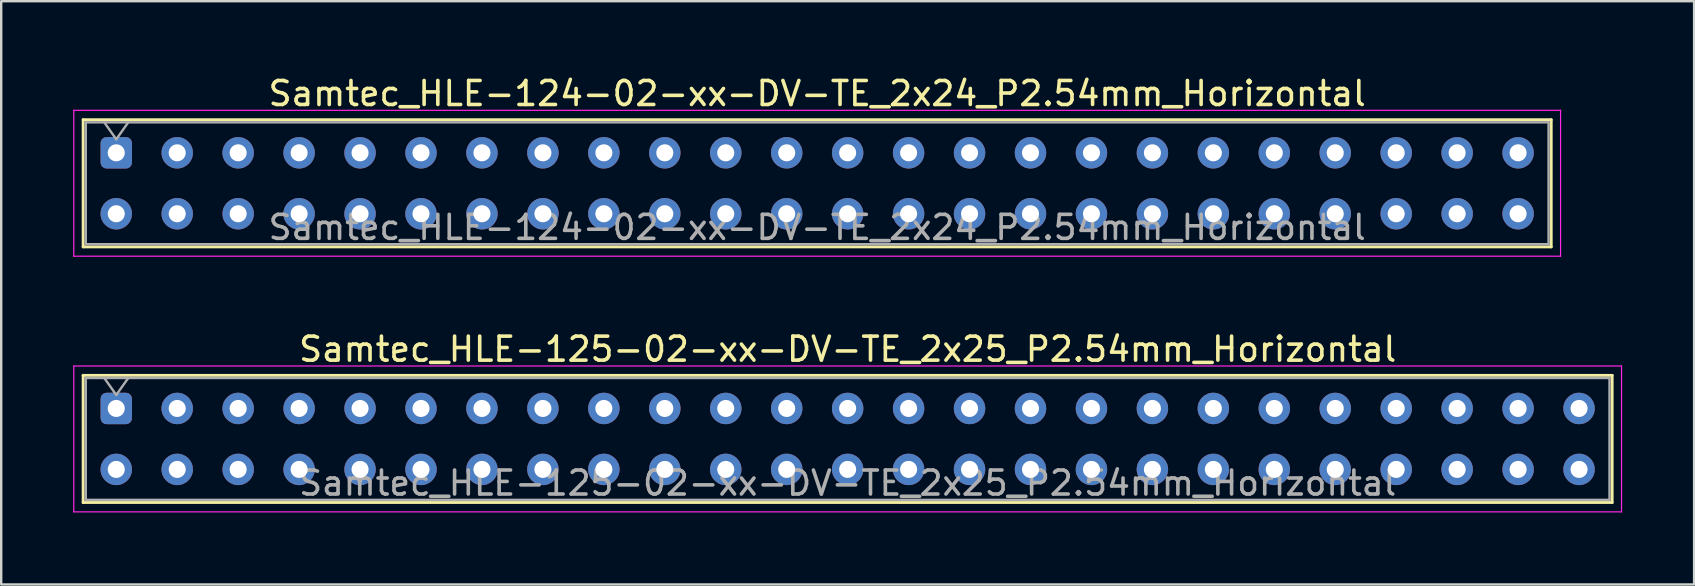
<source format=kicad_pcb>
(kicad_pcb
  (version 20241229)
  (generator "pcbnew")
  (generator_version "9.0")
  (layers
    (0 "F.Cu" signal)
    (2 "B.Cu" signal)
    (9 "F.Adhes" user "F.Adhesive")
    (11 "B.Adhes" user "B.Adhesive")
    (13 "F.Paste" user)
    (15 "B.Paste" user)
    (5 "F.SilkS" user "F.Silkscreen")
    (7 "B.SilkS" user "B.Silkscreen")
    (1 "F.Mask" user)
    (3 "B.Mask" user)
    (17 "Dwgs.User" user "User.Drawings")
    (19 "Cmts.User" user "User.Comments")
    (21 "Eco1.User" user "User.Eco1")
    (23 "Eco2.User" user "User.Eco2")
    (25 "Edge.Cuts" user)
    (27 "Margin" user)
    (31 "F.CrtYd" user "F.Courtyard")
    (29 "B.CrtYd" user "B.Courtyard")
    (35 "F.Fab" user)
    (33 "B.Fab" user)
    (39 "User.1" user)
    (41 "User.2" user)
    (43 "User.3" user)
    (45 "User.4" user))
  (footprint "Samtec_HLE-124-02-xx-DV-TE_2x24_P2.54mm_Horizontal"
    (layer "F.Cu")
    (at 1.795 3.318)
    (property "Reference" "Samtec_HLE-124-02-xx-DV-TE_2x24_P2.54mm_Horizontal" (at 29.21 -2.47 0) (layer "F.SilkS") (effects (font (size 1 1) (thickness 0.15))))
    (attr through_hole)
    (fp_line (start -1.38 -1.38) (end 59.8 -1.38) (stroke (width 0.12) (type solid)) (layer "F.SilkS"))
    (fp_line (start -1.38 3.92) (end -1.38 -1.38) (stroke (width 0.12) (type solid)) (layer "F.SilkS"))
    (fp_line (start 59.8 -1.38) (end 59.8 3.92) (stroke (width 0.12) (type solid)) (layer "F.SilkS"))
    (fp_line (start 59.8 3.92) (end -1.38 3.92) (stroke (width 0.12) (type solid)) (layer "F.SilkS"))
    (fp_line (start -1.77 -1.77) (end 60.19 -1.77) (stroke (width 0.05) (type solid)) (layer "F.CrtYd"))
    (fp_line (start -1.77 4.31) (end -1.77 -1.77) (stroke (width 0.05) (type solid)) (layer "F.CrtYd"))
    (fp_line (start 60.19 -1.77) (end 60.19 4.31) (stroke (width 0.05) (type solid)) (layer "F.CrtYd"))
    (fp_line (start 60.19 4.31) (end -1.77 4.31) (stroke (width 0.05) (type solid)) (layer "F.CrtYd"))
    (fp_line (start -1.27 -1.27) (end 59.69 -1.27) (stroke (width 0.1) (type solid)) (layer "F.Fab"))
    (fp_line (start -1.27 3.81) (end -1.27 -1.27) (stroke (width 0.1) (type solid)) (layer "F.Fab"))
    (fp_line (start -0.5 -1.27) (end 0 -0.563) (stroke (width 0.1) (type solid)) (layer "F.Fab"))
    (fp_line (start 0 -0.563) (end 0.5 -1.27) (stroke (width 0.1) (type solid)) (layer "F.Fab"))
    (fp_line (start 59.69 -1.27) (end 59.69 3.81) (stroke (width 0.1) (type solid)) (layer "F.Fab"))
    (fp_line (start 59.69 3.81) (end -1.27 3.81) (stroke (width 0.1) (type solid)) (layer "F.Fab"))
    (fp_text user "${REFERENCE}" (at 29.21 3.11 0) (layer "F.Fab") (effects (font (size 1 1) (thickness 0.15))))
    (pad "1" thru_hole roundrect (at 0 0) (size 1.31 1.31) (drill 0.71) (layers "*.Cu" "*.Mask") (roundrect_rratio 0.191))
    (pad "2" thru_hole circle (at 0 2.54) (size 1.31 1.31) (drill 0.71) (layers "*.Cu" "*.Mask"))
    (pad "3" thru_hole circle (at 2.54 0) (size 1.31 1.31) (drill 0.71) (layers "*.Cu" "*.Mask"))
    (pad "4" thru_hole circle (at 2.54 2.54) (size 1.31 1.31) (drill 0.71) (layers "*.Cu" "*.Mask"))
    (pad "5" thru_hole circle (at 5.08 0) (size 1.31 1.31) (drill 0.71) (layers "*.Cu" "*.Mask"))
    (pad "6" thru_hole circle (at 5.08 2.54) (size 1.31 1.31) (drill 0.71) (layers "*.Cu" "*.Mask"))
    (pad "7" thru_hole circle (at 7.62 0) (size 1.31 1.31) (drill 0.71) (layers "*.Cu" "*.Mask"))
    (pad "8" thru_hole circle (at 7.62 2.54) (size 1.31 1.31) (drill 0.71) (layers "*.Cu" "*.Mask"))
    (pad "9" thru_hole circle (at 10.16 0) (size 1.31 1.31) (drill 0.71) (layers "*.Cu" "*.Mask"))
    (pad "10" thru_hole circle (at 10.16 2.54) (size 1.31 1.31) (drill 0.71) (layers "*.Cu" "*.Mask"))
    (pad "11" thru_hole circle (at 12.7 0) (size 1.31 1.31) (drill 0.71) (layers "*.Cu" "*.Mask"))
    (pad "12" thru_hole circle (at 12.7 2.54) (size 1.31 1.31) (drill 0.71) (layers "*.Cu" "*.Mask"))
    (pad "13" thru_hole circle (at 15.24 0) (size 1.31 1.31) (drill 0.71) (layers "*.Cu" "*.Mask"))
    (pad "14" thru_hole circle (at 15.24 2.54) (size 1.31 1.31) (drill 0.71) (layers "*.Cu" "*.Mask"))
    (pad "15" thru_hole circle (at 17.78 0) (size 1.31 1.31) (drill 0.71) (layers "*.Cu" "*.Mask"))
    (pad "16" thru_hole circle (at 17.78 2.54) (size 1.31 1.31) (drill 0.71) (layers "*.Cu" "*.Mask"))
    (pad "17" thru_hole circle (at 20.32 0) (size 1.31 1.31) (drill 0.71) (layers "*.Cu" "*.Mask"))
    (pad "18" thru_hole circle (at 20.32 2.54) (size 1.31 1.31) (drill 0.71) (layers "*.Cu" "*.Mask"))
    (pad "19" thru_hole circle (at 22.86 0) (size 1.31 1.31) (drill 0.71) (layers "*.Cu" "*.Mask"))
    (pad "20" thru_hole circle (at 22.86 2.54) (size 1.31 1.31) (drill 0.71) (layers "*.Cu" "*.Mask"))
    (pad "21" thru_hole circle (at 25.4 0) (size 1.31 1.31) (drill 0.71) (layers "*.Cu" "*.Mask"))
    (pad "22" thru_hole circle (at 25.4 2.54) (size 1.31 1.31) (drill 0.71) (layers "*.Cu" "*.Mask"))
    (pad "23" thru_hole circle (at 27.94 0) (size 1.31 1.31) (drill 0.71) (layers "*.Cu" "*.Mask"))
    (pad "24" thru_hole circle (at 27.94 2.54) (size 1.31 1.31) (drill 0.71) (layers "*.Cu" "*.Mask"))
    (pad "25" thru_hole circle (at 30.48 0) (size 1.31 1.31) (drill 0.71) (layers "*.Cu" "*.Mask"))
    (pad "26" thru_hole circle (at 30.48 2.54) (size 1.31 1.31) (drill 0.71) (layers "*.Cu" "*.Mask"))
    (pad "27" thru_hole circle (at 33.02 0) (size 1.31 1.31) (drill 0.71) (layers "*.Cu" "*.Mask"))
    (pad "28" thru_hole circle (at 33.02 2.54) (size 1.31 1.31) (drill 0.71) (layers "*.Cu" "*.Mask"))
    (pad "29" thru_hole circle (at 35.56 0) (size 1.31 1.31) (drill 0.71) (layers "*.Cu" "*.Mask"))
    (pad "30" thru_hole circle (at 35.56 2.54) (size 1.31 1.31) (drill 0.71) (layers "*.Cu" "*.Mask"))
    (pad "31" thru_hole circle (at 38.1 0) (size 1.31 1.31) (drill 0.71) (layers "*.Cu" "*.Mask"))
    (pad "32" thru_hole circle (at 38.1 2.54) (size 1.31 1.31) (drill 0.71) (layers "*.Cu" "*.Mask"))
    (pad "33" thru_hole circle (at 40.64 0) (size 1.31 1.31) (drill 0.71) (layers "*.Cu" "*.Mask"))
    (pad "34" thru_hole circle (at 40.64 2.54) (size 1.31 1.31) (drill 0.71) (layers "*.Cu" "*.Mask"))
    (pad "35" thru_hole circle (at 43.18 0) (size 1.31 1.31) (drill 0.71) (layers "*.Cu" "*.Mask"))
    (pad "36" thru_hole circle (at 43.18 2.54) (size 1.31 1.31) (drill 0.71) (layers "*.Cu" "*.Mask"))
    (pad "37" thru_hole circle (at 45.72 0) (size 1.31 1.31) (drill 0.71) (layers "*.Cu" "*.Mask"))
    (pad "38" thru_hole circle (at 45.72 2.54) (size 1.31 1.31) (drill 0.71) (layers "*.Cu" "*.Mask"))
    (pad "39" thru_hole circle (at 48.26 0) (size 1.31 1.31) (drill 0.71) (layers "*.Cu" "*.Mask"))
    (pad "40" thru_hole circle (at 48.26 2.54) (size 1.31 1.31) (drill 0.71) (layers "*.Cu" "*.Mask"))
    (pad "41" thru_hole circle (at 50.8 0) (size 1.31 1.31) (drill 0.71) (layers "*.Cu" "*.Mask"))
    (pad "42" thru_hole circle (at 50.8 2.54) (size 1.31 1.31) (drill 0.71) (layers "*.Cu" "*.Mask"))
    (pad "43" thru_hole circle (at 53.34 0) (size 1.31 1.31) (drill 0.71) (layers "*.Cu" "*.Mask"))
    (pad "44" thru_hole circle (at 53.34 2.54) (size 1.31 1.31) (drill 0.71) (layers "*.Cu" "*.Mask"))
    (pad "45" thru_hole circle (at 55.88 0) (size 1.31 1.31) (drill 0.71) (layers "*.Cu" "*.Mask"))
    (pad "46" thru_hole circle (at 55.88 2.54) (size 1.31 1.31) (drill 0.71) (layers "*.Cu" "*.Mask"))
    (pad "47" thru_hole circle (at 58.42 0) (size 1.31 1.31) (drill 0.71) (layers "*.Cu" "*.Mask"))
    (pad "48" thru_hole circle (at 58.42 2.54) (size 1.31 1.31) (drill 0.71) (layers "*.Cu" "*.Mask")))
  (footprint "Samtec_HLE-125-02-xx-DV-TE_2x25_P2.54mm_Horizontal"
    (layer "F.Cu")
    (at 1.795 13.972)
    (property "Reference" "Samtec_HLE-125-02-xx-DV-TE_2x25_P2.54mm_Horizontal" (at 30.48 -2.47 0) (layer "F.SilkS") (effects (font (size 1 1) (thickness 0.15))))
    (attr through_hole)
    (fp_line (start -1.38 -1.38) (end 62.34 -1.38) (stroke (width 0.12) (type solid)) (layer "F.SilkS"))
    (fp_line (start -1.38 3.92) (end -1.38 -1.38) (stroke (width 0.12) (type solid)) (layer "F.SilkS"))
    (fp_line (start 62.34 -1.38) (end 62.34 3.92) (stroke (width 0.12) (type solid)) (layer "F.SilkS"))
    (fp_line (start 62.34 3.92) (end -1.38 3.92) (stroke (width 0.12) (type solid)) (layer "F.SilkS"))
    (fp_line (start -1.77 -1.77) (end 62.73 -1.77) (stroke (width 0.05) (type solid)) (layer "F.CrtYd"))
    (fp_line (start -1.77 4.31) (end -1.77 -1.77) (stroke (width 0.05) (type solid)) (layer "F.CrtYd"))
    (fp_line (start 62.73 -1.77) (end 62.73 4.31) (stroke (width 0.05) (type solid)) (layer "F.CrtYd"))
    (fp_line (start 62.73 4.31) (end -1.77 4.31) (stroke (width 0.05) (type solid)) (layer "F.CrtYd"))
    (fp_line (start -1.27 -1.27) (end 62.23 -1.27) (stroke (width 0.1) (type solid)) (layer "F.Fab"))
    (fp_line (start -1.27 3.81) (end -1.27 -1.27) (stroke (width 0.1) (type solid)) (layer "F.Fab"))
    (fp_line (start -0.5 -1.27) (end 0 -0.563) (stroke (width 0.1) (type solid)) (layer "F.Fab"))
    (fp_line (start 0 -0.563) (end 0.5 -1.27) (stroke (width 0.1) (type solid)) (layer "F.Fab"))
    (fp_line (start 62.23 -1.27) (end 62.23 3.81) (stroke (width 0.1) (type solid)) (layer "F.Fab"))
    (fp_line (start 62.23 3.81) (end -1.27 3.81) (stroke (width 0.1) (type solid)) (layer "F.Fab"))
    (fp_text user "${REFERENCE}" (at 30.48 3.11 0) (layer "F.Fab") (effects (font (size 1 1) (thickness 0.15))))
    (pad "1" thru_hole roundrect (at 0 0) (size 1.31 1.31) (drill 0.71) (layers "*.Cu" "*.Mask") (roundrect_rratio 0.191))
    (pad "2" thru_hole circle (at 0 2.54) (size 1.31 1.31) (drill 0.71) (layers "*.Cu" "*.Mask"))
    (pad "3" thru_hole circle (at 2.54 0) (size 1.31 1.31) (drill 0.71) (layers "*.Cu" "*.Mask"))
    (pad "4" thru_hole circle (at 2.54 2.54) (size 1.31 1.31) (drill 0.71) (layers "*.Cu" "*.Mask"))
    (pad "5" thru_hole circle (at 5.08 0) (size 1.31 1.31) (drill 0.71) (layers "*.Cu" "*.Mask"))
    (pad "6" thru_hole circle (at 5.08 2.54) (size 1.31 1.31) (drill 0.71) (layers "*.Cu" "*.Mask"))
    (pad "7" thru_hole circle (at 7.62 0) (size 1.31 1.31) (drill 0.71) (layers "*.Cu" "*.Mask"))
    (pad "8" thru_hole circle (at 7.62 2.54) (size 1.31 1.31) (drill 0.71) (layers "*.Cu" "*.Mask"))
    (pad "9" thru_hole circle (at 10.16 0) (size 1.31 1.31) (drill 0.71) (layers "*.Cu" "*.Mask"))
    (pad "10" thru_hole circle (at 10.16 2.54) (size 1.31 1.31) (drill 0.71) (layers "*.Cu" "*.Mask"))
    (pad "11" thru_hole circle (at 12.7 0) (size 1.31 1.31) (drill 0.71) (layers "*.Cu" "*.Mask"))
    (pad "12" thru_hole circle (at 12.7 2.54) (size 1.31 1.31) (drill 0.71) (layers "*.Cu" "*.Mask"))
    (pad "13" thru_hole circle (at 15.24 0) (size 1.31 1.31) (drill 0.71) (layers "*.Cu" "*.Mask"))
    (pad "14" thru_hole circle (at 15.24 2.54) (size 1.31 1.31) (drill 0.71) (layers "*.Cu" "*.Mask"))
    (pad "15" thru_hole circle (at 17.78 0) (size 1.31 1.31) (drill 0.71) (layers "*.Cu" "*.Mask"))
    (pad "16" thru_hole circle (at 17.78 2.54) (size 1.31 1.31) (drill 0.71) (layers "*.Cu" "*.Mask"))
    (pad "17" thru_hole circle (at 20.32 0) (size 1.31 1.31) (drill 0.71) (layers "*.Cu" "*.Mask"))
    (pad "18" thru_hole circle (at 20.32 2.54) (size 1.31 1.31) (drill 0.71) (layers "*.Cu" "*.Mask"))
    (pad "19" thru_hole circle (at 22.86 0) (size 1.31 1.31) (drill 0.71) (layers "*.Cu" "*.Mask"))
    (pad "20" thru_hole circle (at 22.86 2.54) (size 1.31 1.31) (drill 0.71) (layers "*.Cu" "*.Mask"))
    (pad "21" thru_hole circle (at 25.4 0) (size 1.31 1.31) (drill 0.71) (layers "*.Cu" "*.Mask"))
    (pad "22" thru_hole circle (at 25.4 2.54) (size 1.31 1.31) (drill 0.71) (layers "*.Cu" "*.Mask"))
    (pad "23" thru_hole circle (at 27.94 0) (size 1.31 1.31) (drill 0.71) (layers "*.Cu" "*.Mask"))
    (pad "24" thru_hole circle (at 27.94 2.54) (size 1.31 1.31) (drill 0.71) (layers "*.Cu" "*.Mask"))
    (pad "25" thru_hole circle (at 30.48 0) (size 1.31 1.31) (drill 0.71) (layers "*.Cu" "*.Mask"))
    (pad "26" thru_hole circle (at 30.48 2.54) (size 1.31 1.31) (drill 0.71) (layers "*.Cu" "*.Mask"))
    (pad "27" thru_hole circle (at 33.02 0) (size 1.31 1.31) (drill 0.71) (layers "*.Cu" "*.Mask"))
    (pad "28" thru_hole circle (at 33.02 2.54) (size 1.31 1.31) (drill 0.71) (layers "*.Cu" "*.Mask"))
    (pad "29" thru_hole circle (at 35.56 0) (size 1.31 1.31) (drill 0.71) (layers "*.Cu" "*.Mask"))
    (pad "30" thru_hole circle (at 35.56 2.54) (size 1.31 1.31) (drill 0.71) (layers "*.Cu" "*.Mask"))
    (pad "31" thru_hole circle (at 38.1 0) (size 1.31 1.31) (drill 0.71) (layers "*.Cu" "*.Mask"))
    (pad "32" thru_hole circle (at 38.1 2.54) (size 1.31 1.31) (drill 0.71) (layers "*.Cu" "*.Mask"))
    (pad "33" thru_hole circle (at 40.64 0) (size 1.31 1.31) (drill 0.71) (layers "*.Cu" "*.Mask"))
    (pad "34" thru_hole circle (at 40.64 2.54) (size 1.31 1.31) (drill 0.71) (layers "*.Cu" "*.Mask"))
    (pad "35" thru_hole circle (at 43.18 0) (size 1.31 1.31) (drill 0.71) (layers "*.Cu" "*.Mask"))
    (pad "36" thru_hole circle (at 43.18 2.54) (size 1.31 1.31) (drill 0.71) (layers "*.Cu" "*.Mask"))
    (pad "37" thru_hole circle (at 45.72 0) (size 1.31 1.31) (drill 0.71) (layers "*.Cu" "*.Mask"))
    (pad "38" thru_hole circle (at 45.72 2.54) (size 1.31 1.31) (drill 0.71) (layers "*.Cu" "*.Mask"))
    (pad "39" thru_hole circle (at 48.26 0) (size 1.31 1.31) (drill 0.71) (layers "*.Cu" "*.Mask"))
    (pad "40" thru_hole circle (at 48.26 2.54) (size 1.31 1.31) (drill 0.71) (layers "*.Cu" "*.Mask"))
    (pad "41" thru_hole circle (at 50.8 0) (size 1.31 1.31) (drill 0.71) (layers "*.Cu" "*.Mask"))
    (pad "42" thru_hole circle (at 50.8 2.54) (size 1.31 1.31) (drill 0.71) (layers "*.Cu" "*.Mask"))
    (pad "43" thru_hole circle (at 53.34 0) (size 1.31 1.31) (drill 0.71) (layers "*.Cu" "*.Mask"))
    (pad "44" thru_hole circle (at 53.34 2.54) (size 1.31 1.31) (drill 0.71) (layers "*.Cu" "*.Mask"))
    (pad "45" thru_hole circle (at 55.88 0) (size 1.31 1.31) (drill 0.71) (layers "*.Cu" "*.Mask"))
    (pad "46" thru_hole circle (at 55.88 2.54) (size 1.31 1.31) (drill 0.71) (layers "*.Cu" "*.Mask"))
    (pad "47" thru_hole circle (at 58.42 0) (size 1.31 1.31) (drill 0.71) (layers "*.Cu" "*.Mask"))
    (pad "48" thru_hole circle (at 58.42 2.54) (size 1.31 1.31) (drill 0.71) (layers "*.Cu" "*.Mask"))
    (pad "49" thru_hole circle (at 60.96 0) (size 1.31 1.31) (drill 0.71) (layers "*.Cu" "*.Mask"))
    (pad "50" thru_hole circle (at 60.96 2.54) (size 1.31 1.31) (drill 0.71) (layers "*.Cu" "*.Mask")))
  (gr_rect
    (start -3 -3)
    (end 67.55 21.306)
    (stroke (width 0.1) (type default))
    (fill no)
    (layer "Edge.Cuts")))
</source>
